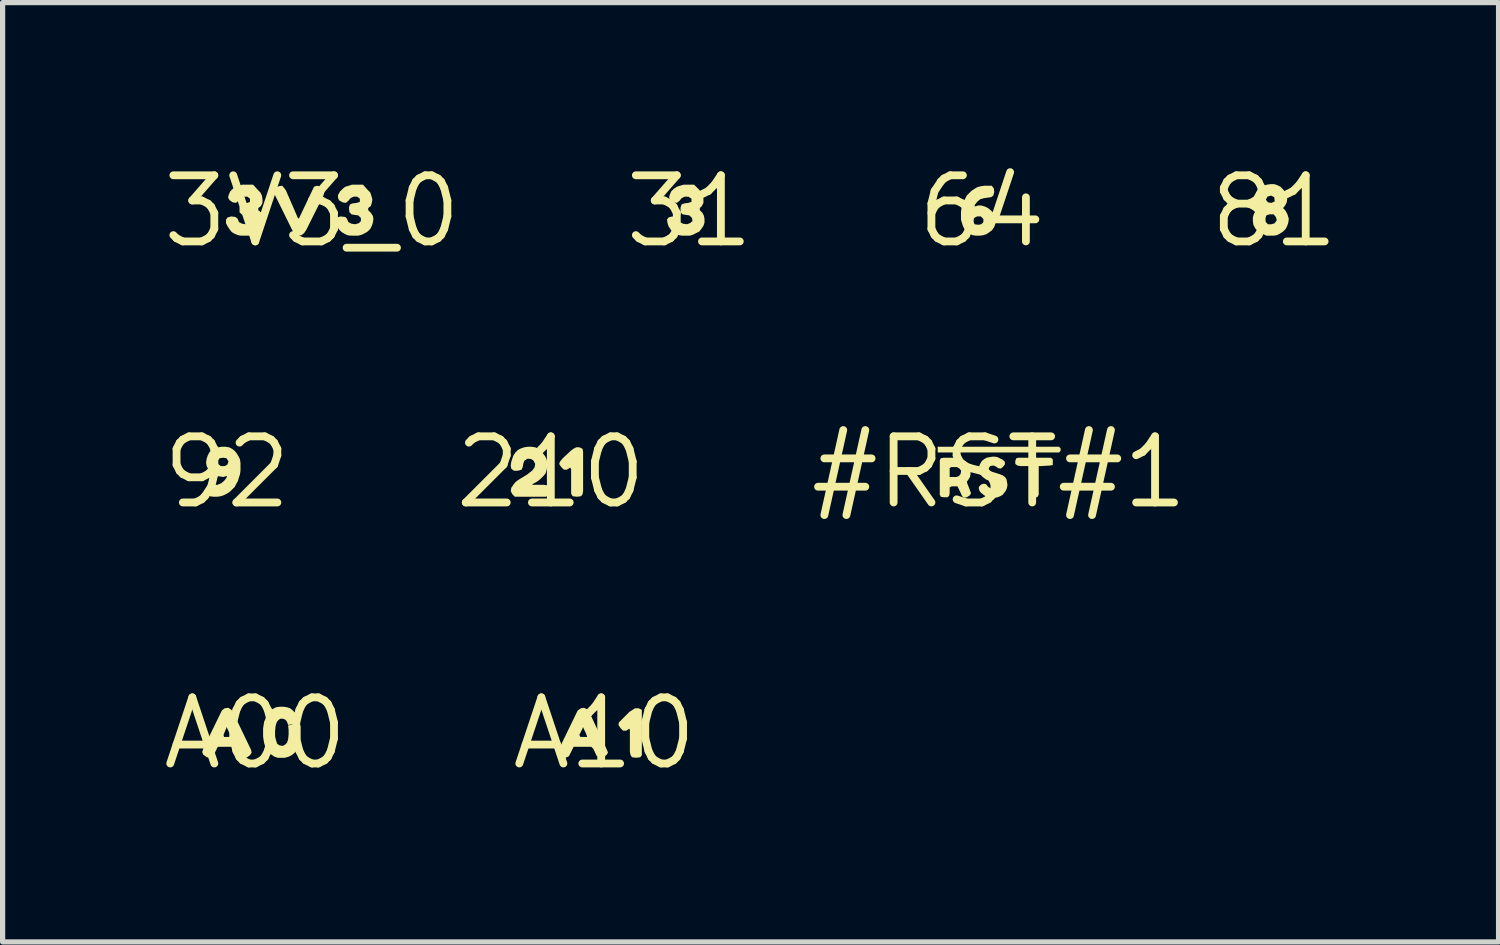
<source format=kicad_pcb>
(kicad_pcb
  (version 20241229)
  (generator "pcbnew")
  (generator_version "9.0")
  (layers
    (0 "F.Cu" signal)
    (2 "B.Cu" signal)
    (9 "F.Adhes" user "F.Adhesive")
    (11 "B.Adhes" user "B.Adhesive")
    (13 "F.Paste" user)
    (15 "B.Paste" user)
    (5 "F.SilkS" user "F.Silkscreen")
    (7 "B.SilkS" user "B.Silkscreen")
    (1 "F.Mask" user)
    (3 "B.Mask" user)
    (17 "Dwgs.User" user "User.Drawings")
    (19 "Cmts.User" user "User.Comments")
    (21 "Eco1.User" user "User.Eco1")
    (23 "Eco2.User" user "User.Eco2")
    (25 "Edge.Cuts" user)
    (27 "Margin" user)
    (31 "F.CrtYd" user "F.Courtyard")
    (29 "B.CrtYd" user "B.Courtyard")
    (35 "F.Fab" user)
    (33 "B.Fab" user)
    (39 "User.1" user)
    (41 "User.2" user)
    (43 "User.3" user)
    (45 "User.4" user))
  (footprint "81"
    (layer "F.Cu")
    (at 21.418 1.006)
    (property "Reference" "81" (at 0 0 0) (layer "F.SilkS") (effects (font (size 1.27 1.27) (thickness 0.15))))
    (attr through_hole)
    (fp_poly (pts (xy 0.27 0.11) (xy 0.25 0.05) (xy 0.21 -0.02) (xy 0.17 -0.06) (xy 0.01 -0.19) (xy -0.05 -0.16) (xy -0.12 -0.17) (xy -0.16 -0.22) (xy -0.13 -0.28) (xy -0.06 -0.3) (xy 0 -0.27) (xy 0.01 -0.19) (xy 0.17 -0.06) (xy 0.21 -0.11) (xy 0.24 -0.17) (xy 0.25 -0.24) (xy 0.24 -0.31) (xy 0.21 -0.37) (xy 0.17 -0.42) (xy 0.12 -0.47) (xy 0.06 -0.5) (xy 0 -0.52) (xy -0.07 -0.52) (xy -0.14 -0.51) (xy -0.21 -0.49) (xy -0.26 -0.46) (xy -0.32 -0.41) (xy -0.35 -0.36) (xy -0.38 -0.3) (xy -0.39 -0.23) (xy -0.38 -0.16) (xy -0.34 -0.09) (xy -0.31 -0.05) (xy -0.15 0.08) (xy -0.09 0.06) (xy -0.01 0.06) (xy 0.03 0.11) (xy 0.05 0.17) (xy 0.01 0.23) (xy -0.05 0.25) (xy -0.12 0.25) (xy -0.17 0.2) (xy -0.18 0.14) (xy -0.15 0.08) (xy -0.31 -0.05) (xy -0.35 -0.01) (xy -0.39 0.05) (xy -0.41 0.12) (xy -0.41 0.19) (xy -0.4 0.26) (xy -0.37 0.32) (xy -0.33 0.37) (xy -0.27 0.41) (xy -0.21 0.44) (xy -0.15 0.47) (xy -0.08 0.47) (xy -0.02 0.47) (xy 0.05 0.46) (xy 0.11 0.43) (xy 0.17 0.39) (xy 0.22 0.34) (xy 0.25 0.28) (xy 0.27 0.22) (xy 0.28 0.15)) (stroke (width 0) (type solid)) (fill yes) (layer "F.SilkS")))
  (footprint "A00"
    (layer "F.Cu")
    (at 1.852 11.031)
    (property "Reference" "A00" (at 0 0 0) (layer "F.SilkS") (effects (font (size 1.27 1.27) (thickness 0.15))))
    (attr through_hole)
    (fp_poly (pts (xy -0.47 -0.46) (xy -0.52 -0.49) (xy -0.59 -0.48) (xy -0.64 -0.44) (xy -0.67 -0.38) (xy -1 0.3) (xy -1.02 0.36) (xy -1 0.41) (xy -0.93 0.46) (xy -0.87 0.47) (xy -0.81 0.44) (xy -0.78 0.38) (xy -0.72 0.26) (xy -0.38 0.26) (xy -0.46 0.07) (xy -0.6 0.07) (xy -0.61 0.03) (xy -0.56 -0.09) (xy -0.55 -0.12) (xy -0.49 0.01) (xy -0.46 0.07) (xy -0.38 0.26) (xy -0.34 0.3) (xy -0.28 0.43) (xy -0.23 0.47) (xy -0.17 0.47) (xy -0.1 0.42) (xy -0.07 0.37) (xy -0.08 0.32) (xy -0.44 -0.43)) (stroke (width 0) (type solid)) (fill yes) (layer "F.SilkS"))
    (fp_poly (pts (xy 0.26 -0.4) (xy 0.22 -0.35) (xy 0.2 -0.29) (xy 0.17 -0.22) (xy 0.16 -0.16) (xy 0.15 -0.09) (xy 0.15 -0.02) (xy 0.15 0.06) (xy 0.16 0.13) (xy 0.17 0.19) (xy 0.19 0.25) (xy 0.22 0.32) (xy 0.26 0.37) (xy 0.31 0.41) (xy 0.37 0.45) (xy 0.43 0.47) (xy 0.5 0.47) (xy 0.57 0.47) (xy 0.64 0.45) (xy 0.7 0.42) (xy 0.75 0.38) (xy 0.79 0.33) (xy 0.82 0.28) (xy 0.84 0.22) (xy 0.86 0.15) (xy 0.87 0.08) (xy 0.87 0.01) (xy 0.87 -0.07) (xy 0.87 -0.13) (xy 0.85 -0.2) (xy 0.63 -0.15) (xy 0.64 -0.07) (xy 0.64 0.03) (xy 0.63 0.12) (xy 0.61 0.18) (xy 0.57 0.22) (xy 0.53 0.24) (xy 0.51 0.24) (xy 0.46 0.23) (xy 0.42 0.2) (xy 0.4 0.14) (xy 0.38 0.06) (xy 0.38 -0.04) (xy 0.39 -0.14) (xy 0.41 -0.21) (xy 0.44 -0.25) (xy 0.48 -0.28) (xy 0.53 -0.28) (xy 0.58 -0.26) (xy 0.61 -0.22) (xy 0.63 -0.16) (xy 0.85 -0.2) (xy 0.83 -0.27) (xy 0.81 -0.33) (xy 0.77 -0.39) (xy 0.73 -0.43) (xy 0.67 -0.48) (xy 0.61 -0.5) (xy 0.54 -0.51) (xy 0.47 -0.51) (xy 0.4 -0.5) (xy 0.34 -0.47) (xy 0.28 -0.44)) (stroke (width 0) (type solid)) (fill yes) (layer "F.SilkS")))
  (footprint "A10"
    (layer "F.Cu")
    (at 8.555 11.031)
    (property "Reference" "A10" (at 0 0 0) (layer "F.SilkS") (effects (font (size 1.27 1.27) (thickness 0.15))))
    (attr through_hole)
    (fp_poly (pts (xy 0.54 -0.45) (xy 0.48 -0.41) (xy 0.34 -0.27) (xy 0.28 -0.21) (xy 0.27 -0.16) (xy 0.31 -0.1) (xy 0.36 -0.05) (xy 0.42 -0.05) (xy 0.48 -0.09) (xy 0.49 -0.06) (xy 0.49 0.35) (xy 0.5 0.41) (xy 0.53 0.46) (xy 0.61 0.47) (xy 0.69 0.46) (xy 0.72 0.42) (xy 0.72 0.36) (xy 0.72 -0.39) (xy 0.72 -0.45) (xy 0.66 -0.48) (xy 0.59 -0.48)) (stroke (width 0) (type solid)) (fill yes) (layer "F.SilkS"))
    (fp_poly (pts (xy -0.33 -0.46) (xy -0.39 -0.49) (xy -0.45 -0.48) (xy -0.51 -0.44) (xy -0.54 -0.38) (xy -0.87 0.3) (xy -0.89 0.36) (xy -0.87 0.41) (xy -0.8 0.46) (xy -0.74 0.47) (xy -0.68 0.44) (xy -0.65 0.38) (xy -0.59 0.26) (xy -0.25 0.26) (xy -0.33 0.07) (xy -0.46 0.07) (xy -0.48 0.03) (xy -0.42 -0.09) (xy -0.41 -0.12) (xy -0.35 0.01) (xy -0.33 0.07) (xy -0.25 0.26) (xy -0.21 0.3) (xy -0.15 0.43) (xy -0.1 0.47) (xy -0.04 0.47) (xy 0.04 0.42) (xy 0.07 0.37) (xy 0.05 0.32) (xy -0.3 -0.43)) (stroke (width 0) (type solid)) (fill yes) (layer "F.SilkS")))
  (footprint "3V3_0"
    (layer "F.Cu")
    (at 2.94 1.006)
    (property "Reference" "3V3_0" (at 0 0 0) (layer "F.SilkS") (effects (font (size 1.27 1.27) (thickness 0.15))))
    (attr through_hole)
    (fp_poly (pts (xy 0.16 -0.47) (xy 0.1 -0.49) (xy 0.04 -0.47) (xy -0.25 0.14) (xy -0.27 0.13) (xy -0.5 -0.4) (xy -0.53 -0.44) (xy -0.57 -0.49) (xy -0.64 -0.48) (xy -0.71 -0.44) (xy -0.74 -0.39) (xy -0.72 -0.33) (xy -0.36 0.4) (xy -0.32 0.45) (xy -0.26 0.47) (xy -0.2 0.46) (xy -0.15 0.42) (xy -0.11 0.36) (xy 0.22 -0.3) (xy 0.24 -0.37) (xy 0.22 -0.42)) (stroke (width 0) (type solid)) (fill yes) (layer "F.SilkS"))
    (fp_poly (pts (xy -1.13 -0.51) (xy -1.27 -0.51) (xy -1.34 -0.51) (xy -1.4 -0.49) (xy -1.47 -0.47) (xy -1.52 -0.43) (xy -1.57 -0.38) (xy -1.6 -0.31) (xy -1.61 -0.26) (xy -1.58 -0.21) (xy -1.52 -0.17) (xy -1.46 -0.16) (xy -1.41 -0.2) (xy -1.37 -0.25) (xy -1.31 -0.28) (xy -1.24 -0.28) (xy -1.19 -0.24) (xy -1.19 -0.18) (xy -1.24 -0.16) (xy -1.33 -0.15) (xy -1.37 -0.13) (xy -1.39 -0.07) (xy -1.39 0.02) (xy -1.35 0.06) (xy -1.29 0.07) (xy -1.22 0.08) (xy -1.17 0.13) (xy -1.16 0.19) (xy -1.21 0.23) (xy -1.27 0.25) (xy -1.34 0.24) (xy -1.4 0.21) (xy -1.43 0.14) (xy -1.47 0.11) (xy -1.55 0.1) (xy -1.62 0.12) (xy -1.65 0.16) (xy -1.65 0.23) (xy -1.62 0.29) (xy -1.58 0.35) (xy -1.54 0.4) (xy -1.49 0.43) (xy -1.42 0.46) (xy -1.36 0.47) (xy -1.29 0.47) (xy -1.21 0.47) (xy -1.15 0.45) (xy -1.09 0.42) (xy -1.04 0.39) (xy -0.99 0.34) (xy -0.95 0.28) (xy -0.93 0.22) (xy -0.93 0.15) (xy -0.94 0.09) (xy -0.97 0.03) (xy -1.03 -0.02) (xy -1.03 -0.06) (xy -0.98 -0.1) (xy -0.95 -0.16) (xy -0.95 -0.23) (xy -0.96 -0.3) (xy -0.99 -0.36) (xy -1.04 -0.41)) (stroke (width 0) (type solid)) (fill yes) (layer "F.SilkS"))
    (fp_poly (pts (xy 0.98 -0.51) (xy 0.84 -0.51) (xy 0.77 -0.51) (xy 0.71 -0.49) (xy 0.64 -0.47) (xy 0.59 -0.43) (xy 0.54 -0.38) (xy 0.5 -0.31) (xy 0.5 -0.26) (xy 0.52 -0.21) (xy 0.59 -0.17) (xy 0.65 -0.16) (xy 0.7 -0.2) (xy 0.74 -0.25) (xy 0.8 -0.28) (xy 0.87 -0.28) (xy 0.92 -0.24) (xy 0.92 -0.18) (xy 0.86 -0.16) (xy 0.78 -0.15) (xy 0.73 -0.13) (xy 0.71 -0.07) (xy 0.72 0.02) (xy 0.76 0.06) (xy 0.81 0.07) (xy 0.89 0.08) (xy 0.94 0.13) (xy 0.94 0.19) (xy 0.9 0.23) (xy 0.83 0.25) (xy 0.76 0.24) (xy 0.7 0.21) (xy 0.67 0.14) (xy 0.64 0.11) (xy 0.55 0.1) (xy 0.48 0.12) (xy 0.45 0.16) (xy 0.46 0.23) (xy 0.48 0.29) (xy 0.52 0.35) (xy 0.57 0.4) (xy 0.62 0.43) (xy 0.68 0.46) (xy 0.75 0.47) (xy 0.82 0.47) (xy 0.89 0.47) (xy 0.96 0.45) (xy 1.02 0.42) (xy 1.07 0.39) (xy 1.12 0.34) (xy 1.15 0.28) (xy 1.17 0.22) (xy 1.18 0.15) (xy 1.17 0.09) (xy 1.13 0.03) (xy 1.08 -0.02) (xy 1.08 -0.06) (xy 1.13 -0.1) (xy 1.15 -0.16) (xy 1.16 -0.23) (xy 1.14 -0.3) (xy 1.12 -0.36) (xy 1.07 -0.41)) (stroke (width 0) (type solid)) (fill yes) (layer "F.SilkS")))
  (footprint "31"
    (layer "F.Cu")
    (at 10.188 1.006)
    (property "Reference" "31" (at 0 0 0) (layer "F.SilkS") (effects (font (size 1.27 1.27) (thickness 0.15))))
    (attr through_hole)
    (fp_poly (pts (xy 0.09 -0.51) (xy -0.04 -0.51) (xy -0.11 -0.51) (xy -0.18 -0.49) (xy -0.24 -0.47) (xy -0.3 -0.43) (xy -0.35 -0.38) (xy -0.38 -0.31) (xy -0.39 -0.26) (xy -0.36 -0.21) (xy -0.3 -0.17) (xy -0.24 -0.16) (xy -0.19 -0.2) (xy -0.15 -0.25) (xy -0.09 -0.28) (xy -0.02 -0.28) (xy 0.04 -0.24) (xy 0.04 -0.18) (xy -0.02 -0.16) (xy -0.1 -0.15) (xy -0.15 -0.13) (xy -0.17 -0.07) (xy -0.17 0.02) (xy -0.13 0.06) (xy -0.07 0.07) (xy 0 0.08) (xy 0.05 0.13) (xy 0.06 0.19) (xy 0.01 0.23) (xy -0.05 0.25) (xy -0.12 0.24) (xy -0.18 0.21) (xy -0.21 0.14) (xy -0.25 0.11) (xy -0.33 0.1) (xy -0.4 0.12) (xy -0.43 0.16) (xy -0.42 0.23) (xy -0.4 0.29) (xy -0.36 0.35) (xy -0.32 0.4) (xy -0.26 0.43) (xy -0.2 0.46) (xy -0.14 0.47) (xy -0.06 0.47) (xy 0.01 0.47) (xy 0.07 0.45) (xy 0.13 0.42) (xy 0.19 0.39) (xy 0.23 0.34) (xy 0.27 0.28) (xy 0.29 0.22) (xy 0.29 0.15) (xy 0.28 0.09) (xy 0.25 0.03) (xy 0.2 -0.02) (xy 0.2 -0.06) (xy 0.24 -0.1) (xy 0.27 -0.16) (xy 0.27 -0.23) (xy 0.26 -0.3) (xy 0.23 -0.36) (xy 0.19 -0.41)) (stroke (width 0) (type solid)) (fill yes) (layer "F.SilkS")))
  (footprint "92"
    (layer "F.Cu")
    (at 1.308 6.019)
    (property "Reference" "92" (at 0 0 0) (layer "F.SilkS") (effects (font (size 1.27 1.27) (thickness 0.15))))
    (attr through_hole)
    (fp_poly (pts (xy -0.4 -0.18) (xy -0.39 -0.12) (xy -0.36 -0.06) (xy -0.32 0) (xy -0.26 0.04) (xy -0.2 0.07) (xy -0.14 0.08) (xy -0.07 0.09) (xy 0 0.07) (xy -0.04 -0.12) (xy -0.12 -0.12) (xy -0.17 -0.16) (xy -0.17 -0.23) (xy -0.14 -0.27) (xy -0.07 -0.28) (xy -0.01 -0.27) (xy 0.03 -0.21) (xy 0.01 -0.15) (xy -0.04 -0.12) (xy 0 0.07) (xy -0.01 0.11) (xy -0.06 0.17) (xy -0.11 0.21) (xy -0.18 0.24) (xy -0.24 0.24) (xy -0.32 0.25) (xy -0.36 0.28) (xy -0.38 0.35) (xy -0.37 0.43) (xy -0.33 0.46) (xy -0.26 0.47) (xy -0.19 0.47) (xy -0.12 0.46) (xy -0.06 0.44) (xy 0 0.41) (xy 0.06 0.37) (xy 0.1 0.33) (xy 0.15 0.28) (xy 0.18 0.22) (xy 0.21 0.17) (xy 0.23 0.1) (xy 0.25 0.04) (xy 0.26 -0.03) (xy 0.26 -0.1) (xy 0.26 -0.18) (xy 0.25 -0.25) (xy 0.22 -0.31) (xy 0.19 -0.36) (xy 0.15 -0.41) (xy 0.1 -0.45) (xy 0.04 -0.48) (xy -0.03 -0.49) (xy -0.1 -0.49) (xy -0.17 -0.48) (xy -0.23 -0.46) (xy -0.29 -0.43) (xy -0.34 -0.38) (xy -0.37 -0.32) (xy -0.39 -0.26) (xy -0.4 -0.19)) (stroke (width 0) (type solid)) (fill yes) (layer "F.SilkS")))
  (footprint "#RST#1"
    (layer "F.Cu")
    (at 16.136 6.019)
    (property "Reference" "#RST#1" (at 0 0 0) (layer "F.SilkS") (effects (font (size 1.27 1.27) (thickness 0.15))))
    (attr through_hole)
    (fp_poly (pts (xy -1.18 -0.49) (xy -1.18 -0.38) (xy 1.15 -0.38) (xy 1.18 -0.41) (xy 1.18 -0.46) (xy 1.15 -0.49)) (stroke (width 0) (type solid)) (fill yes) (layer "F.SilkS"))
    (fp_poly (pts (xy 0.38 -0.28) (xy 0.33 -0.27) (xy 0.31 -0.22) (xy 0.31 -0.16) (xy 0.35 -0.13) (xy 0.4 -0.12) (xy 0.57 -0.12) (xy 0.59 -0.09) (xy 0.59 0.4) (xy 0.59 0.45) (xy 0.63 0.48) (xy 0.69 0.49) (xy 0.74 0.47) (xy 0.76 0.43) (xy 0.76 0.37) (xy 0.76 -0.12) (xy 0.81 -0.12) (xy 0.98 -0.13) (xy 1.03 -0.14) (xy 1.03 -0.2) (xy 1.03 -0.25) (xy 0.99 -0.28) (xy 0.93 -0.28)) (stroke (width 0) (type solid)) (fill yes) (layer "F.SilkS"))
    (fp_poly (pts (xy -0.57 0.32) (xy -0.61 0.22) (xy -0.62 0.18) (xy -0.59 0.14) (xy -0.56 0.09) (xy -0.55 0.04) (xy -0.55 -0.02) (xy -0.56 -0.07) (xy -0.57 -0.12) (xy -0.6 -0.17) (xy -0.64 -0.21) (xy -0.76 -0.07) (xy -0.73 -0.03) (xy -0.74 0.03) (xy -0.77 0.07) (xy -0.82 0.09) (xy -0.93 0.09) (xy -0.95 0.09) (xy -0.95 -0.08) (xy -0.92 -0.1) (xy -0.87 -0.1) (xy -0.81 -0.1) (xy -0.76 -0.07) (xy -0.64 -0.21) (xy -0.69 -0.24) (xy -0.74 -0.27) (xy -0.79 -0.28) (xy -0.84 -0.28) (xy -1.06 -0.28) (xy -1.12 -0.27) (xy -1.14 -0.23) (xy -1.14 -0.17) (xy -1.14 0.37) (xy -1.14 0.43) (xy -1.12 0.47) (xy -1.06 0.48) (xy -0.99 0.48) (xy -0.96 0.45) (xy -0.95 0.4) (xy -0.95 0.29) (xy -0.91 0.27) (xy -0.8 0.27) (xy -0.77 0.33) (xy -0.71 0.46) (xy -0.67 0.49) (xy -0.62 0.48) (xy -0.56 0.44) (xy -0.54 0.4) (xy -0.56 0.35)) (stroke (width 0) (type solid)) (fill yes) (layer "F.SilkS"))
    (fp_poly (pts (xy -0.37 0.37) (xy -0.34 0.4) (xy -0.29 0.44) (xy -0.24 0.47) (xy -0.19 0.48) (xy -0.14 0.49) (xy -0.08 0.49) (xy -0.03 0.48) (xy 0.02 0.46) (xy 0.07 0.43) (xy 0.1 0.39) (xy 0.13 0.35) (xy 0.15 0.3) (xy 0.16 0.24) (xy 0.15 0.18) (xy 0.14 0.13) (xy 0.11 0.09) (xy 0.07 0.06) (xy 0.02 0.04) (xy -0.04 0.02) (xy -0.14 -0.01) (xy -0.19 -0.03) (xy -0.2 -0.08) (xy -0.17 -0.12) (xy -0.11 -0.13) (xy -0.06 -0.11) (xy -0.02 -0.08) (xy 0.03 -0.07) (xy 0.07 -0.1) (xy 0.11 -0.15) (xy 0.11 -0.2) (xy 0.07 -0.24) (xy 0.03 -0.26) (xy -0.03 -0.29) (xy -0.08 -0.3) (xy -0.13 -0.3) (xy -0.19 -0.29) (xy -0.24 -0.28) (xy -0.29 -0.25) (xy -0.33 -0.22) (xy -0.36 -0.17) (xy -0.38 -0.13) (xy -0.38 -0.07) (xy -0.38 -0.02) (xy -0.36 0.03) (xy -0.33 0.08) (xy -0.29 0.11) (xy -0.25 0.14) (xy -0.19 0.16) (xy -0.14 0.17) (xy -0.09 0.18) (xy -0.04 0.21) (xy -0.03 0.25) (xy -0.05 0.29) (xy -0.1 0.31) (xy -0.16 0.31) (xy -0.21 0.28) (xy -0.25 0.23) (xy -0.29 0.22) (xy -0.34 0.23) (xy -0.39 0.28) (xy -0.39 0.32)) (stroke (width 0) (type solid)) (fill yes) (layer "F.SilkS")))
  (footprint "64"
    (layer "F.Cu")
    (at 15.803 1.006)
    (property "Reference" "64" (at 0 0 0) (layer "F.SilkS") (effects (font (size 1.27 1.27) (thickness 0.15))))
    (attr through_hole)
    (fp_poly (pts (xy 0.26 0.15) (xy 0.25 0.09) (xy 0.22 0.03) (xy 0.17 -0.02) (xy 0.12 -0.06) (xy 0.06 -0.09) (xy -0.01 -0.11) (xy -0.07 -0.11) (xy -0.14 -0.09) (xy -0.09 0.1) (xy -0.02 0.1) (xy 0.03 0.15) (xy 0.03 0.21) (xy -0.01 0.25) (xy -0.07 0.26) (xy -0.14 0.25) (xy -0.16 0.19) (xy -0.15 0.13) (xy -0.09 0.1) (xy -0.14 -0.09) (xy -0.13 -0.13) (xy -0.08 -0.19) (xy -0.03 -0.23) (xy 0.04 -0.25) (xy 0.11 -0.26) (xy 0.18 -0.27) (xy 0.22 -0.3) (xy 0.24 -0.37) (xy 0.23 -0.44) (xy 0.19 -0.49) (xy 0.12 -0.49) (xy 0.05 -0.49) (xy -0.02 -0.48) (xy -0.09 -0.46) (xy -0.14 -0.43) (xy -0.2 -0.39) (xy -0.24 -0.35) (xy -0.29 -0.3) (xy -0.32 -0.24) (xy -0.35 -0.18) (xy -0.37 -0.12) (xy -0.39 -0.06) (xy -0.4 0.01) (xy -0.4 0.09) (xy -0.4 0.16) (xy -0.38 0.23) (xy -0.36 0.29) (xy -0.33 0.35) (xy -0.29 0.39) (xy -0.24 0.43) (xy -0.18 0.46) (xy -0.11 0.47) (xy -0.04 0.47) (xy 0.03 0.46) (xy 0.09 0.44) (xy 0.15 0.4) (xy 0.2 0.36) (xy 0.24 0.3) (xy 0.26 0.24) (xy 0.26 0.17)) (stroke (width 0) (type solid)) (fill yes) (layer "F.SilkS")))
  (footprint "210"
    (layer "F.Cu")
    (at 7.527 6.019)
    (property "Reference" "210" (at 0 0 0) (layer "F.SilkS") (effects (font (size 1.27 1.27) (thickness 0.15))))
    (attr through_hole)
    (fp_poly (pts (xy 0.43 -0.45) (xy 0.38 -0.41) (xy 0.23 -0.27) (xy 0.18 -0.21) (xy 0.16 -0.16) (xy 0.2 -0.1) (xy 0.25 -0.05) (xy 0.31 -0.05) (xy 0.37 -0.09) (xy 0.39 -0.06) (xy 0.39 0.35) (xy 0.39 0.41) (xy 0.42 0.46) (xy 0.5 0.47) (xy 0.58 0.46) (xy 0.61 0.42) (xy 0.62 0.36) (xy 0.62 -0.39) (xy 0.61 -0.45) (xy 0.55 -0.48) (xy 0.49 -0.48)) (stroke (width 0) (type solid)) (fill yes) (layer "F.SilkS"))
    (fp_poly (pts (xy -0.14 0.24) (xy -0.34 0.24) (xy -0.36 0.23) (xy -0.3 0.2) (xy -0.25 0.17) (xy -0.19 0.12) (xy -0.14 0.07) (xy -0.1 0.02) (xy -0.08 -0.05) (xy -0.07 -0.11) (xy -0.07 -0.18) (xy -0.08 -0.25) (xy -0.11 -0.31) (xy -0.15 -0.36) (xy -0.19 -0.41) (xy -0.24 -0.45) (xy -0.3 -0.48) (xy -0.37 -0.49) (xy -0.44 -0.49) (xy -0.51 -0.48) (xy -0.57 -0.46) (xy -0.63 -0.43) (xy -0.68 -0.38) (xy -0.72 -0.32) (xy -0.74 -0.26) (xy -0.76 -0.2) (xy -0.77 -0.13) (xy -0.76 -0.07) (xy -0.71 -0.03) (xy -0.63 -0.03) (xy -0.56 -0.05) (xy -0.54 -0.1) (xy -0.53 -0.16) (xy -0.51 -0.22) (xy -0.45 -0.26) (xy -0.38 -0.26) (xy -0.33 -0.22) (xy -0.3 -0.16) (xy -0.31 -0.1) (xy -0.35 -0.04) (xy -0.4 0) (xy -0.45 0.04) (xy -0.63 0.15) (xy -0.68 0.19) (xy -0.72 0.24) (xy -0.76 0.3) (xy -0.77 0.36) (xy -0.74 0.42) (xy -0.69 0.47) (xy -0.63 0.47) (xy -0.16 0.47) (xy -0.09 0.47) (xy -0.04 0.43) (xy -0.03 0.37) (xy -0.03 0.3) (xy -0.07 0.25)) (stroke (width 0) (type solid)) (fill yes) (layer "F.SilkS")))
  (gr_rect
    (start -3 -3)
    (end 25.726 15.037)
    (stroke (width 0.1) (type default))
    (fill no)
    (layer "Edge.Cuts")))
</source>
